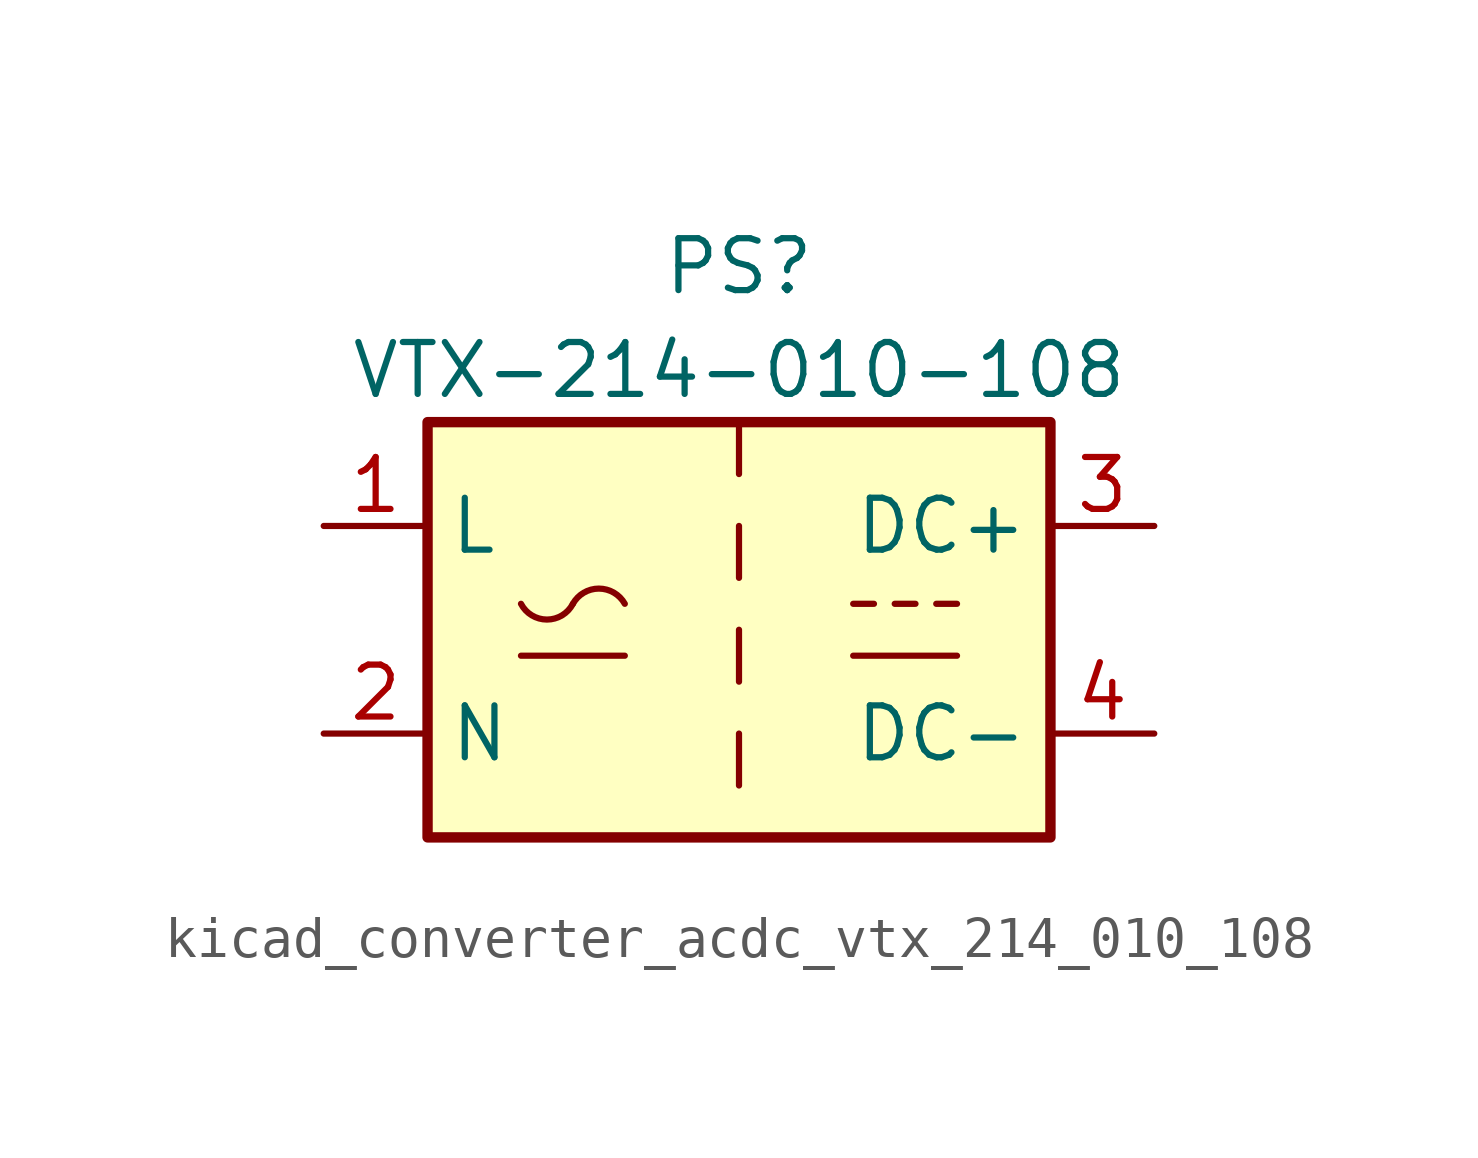
<source format=kicad_sym>
(kicad_symbol_lib
  (version 20220914)
  (generator kicad_symbol_editor)
  (symbol "kicad_converter_acdc_vtx_214_010_108"
    (property "Reference" "PS"
      (at 0 8.89 0)
      (effects (font (size 1.27 1.27))))
    (property "Value" "VTX-214-010-108"
      (at 0 6.35 0)
      (effects (font (size 1.27 1.27))))
    (symbol "kicad_converter_acdc_vtx_214_010_108_0_1"
      (rectangle (start -7.62 5.08) (end 7.62 -5.08) (stroke (width 0.254) (type default)) (fill (type background)))
      (arc (start -5.334 0.635) (mid -4.699 0.2495) (end -4.064 0.635) (stroke (width 0) (type default)) (fill (type none)))
      (arc (start -2.794 0.635) (mid -3.429 1.0072) (end -4.064 0.635) (stroke (width 0) (type default)) (fill (type none)))
      (polyline (pts (xy -5.334 -0.635) (xy -2.794 -0.635)) (stroke (width 0) (type default)) (fill (type none)))
      (polyline (pts (xy 2.794 -0.635) (xy 5.334 -0.635)) (stroke (width 0) (type default)) (fill (type none)))
      (polyline (pts (xy 2.794 0.635) (xy 3.302 0.635)) (stroke (width 0) (type default)) (fill (type none)))
      (polyline (pts (xy 3.81 0.635) (xy 4.318 0.635)) (stroke (width 0) (type default)) (fill (type none)))
      (polyline (pts (xy 4.826 0.635) (xy 5.334 0.635)) (stroke (width 0) (type default)) (fill (type none))))
    (symbol "kicad_converter_acdc_vtx_214_010_108_1_1"
      (polyline (pts (xy 0 -2.54) (xy 0 -3.81)) (stroke (width 0) (type default)) (fill (type none)))
      (polyline (pts (xy 0 0) (xy 0 -1.27)) (stroke (width 0) (type default)) (fill (type none)))
      (polyline (pts (xy 0 2.54) (xy 0 1.27)) (stroke (width 0) (type default)) (fill (type none)))
      (polyline (pts (xy 0 5.08) (xy 0 3.81)) (stroke (width 0) (type default)) (fill (type none)))
      (pin power_in line (at -10.16 2.54 0) (length 2.54) (name "L" (effects (font (size 1.27 1.27)))) (number "1" (effects (font (size 1.27 1.27)))))
      (pin power_in line (at -10.16 -2.54 0) (length 2.54) (name "N" (effects (font (size 1.27 1.27)))) (number "2" (effects (font (size 1.27 1.27)))))
      (pin power_out line (at 10.16 2.54 180) (length 2.54) (name "DC+" (effects (font (size 1.27 1.27)))) (number "3" (effects (font (size 1.27 1.27)))))
      (pin power_out line (at 10.16 -2.54 180) (length 2.54) (name "DC-" (effects (font (size 1.27 1.27)))) (number "4" (effects (font (size 1.27 1.27))))))))
</source>
